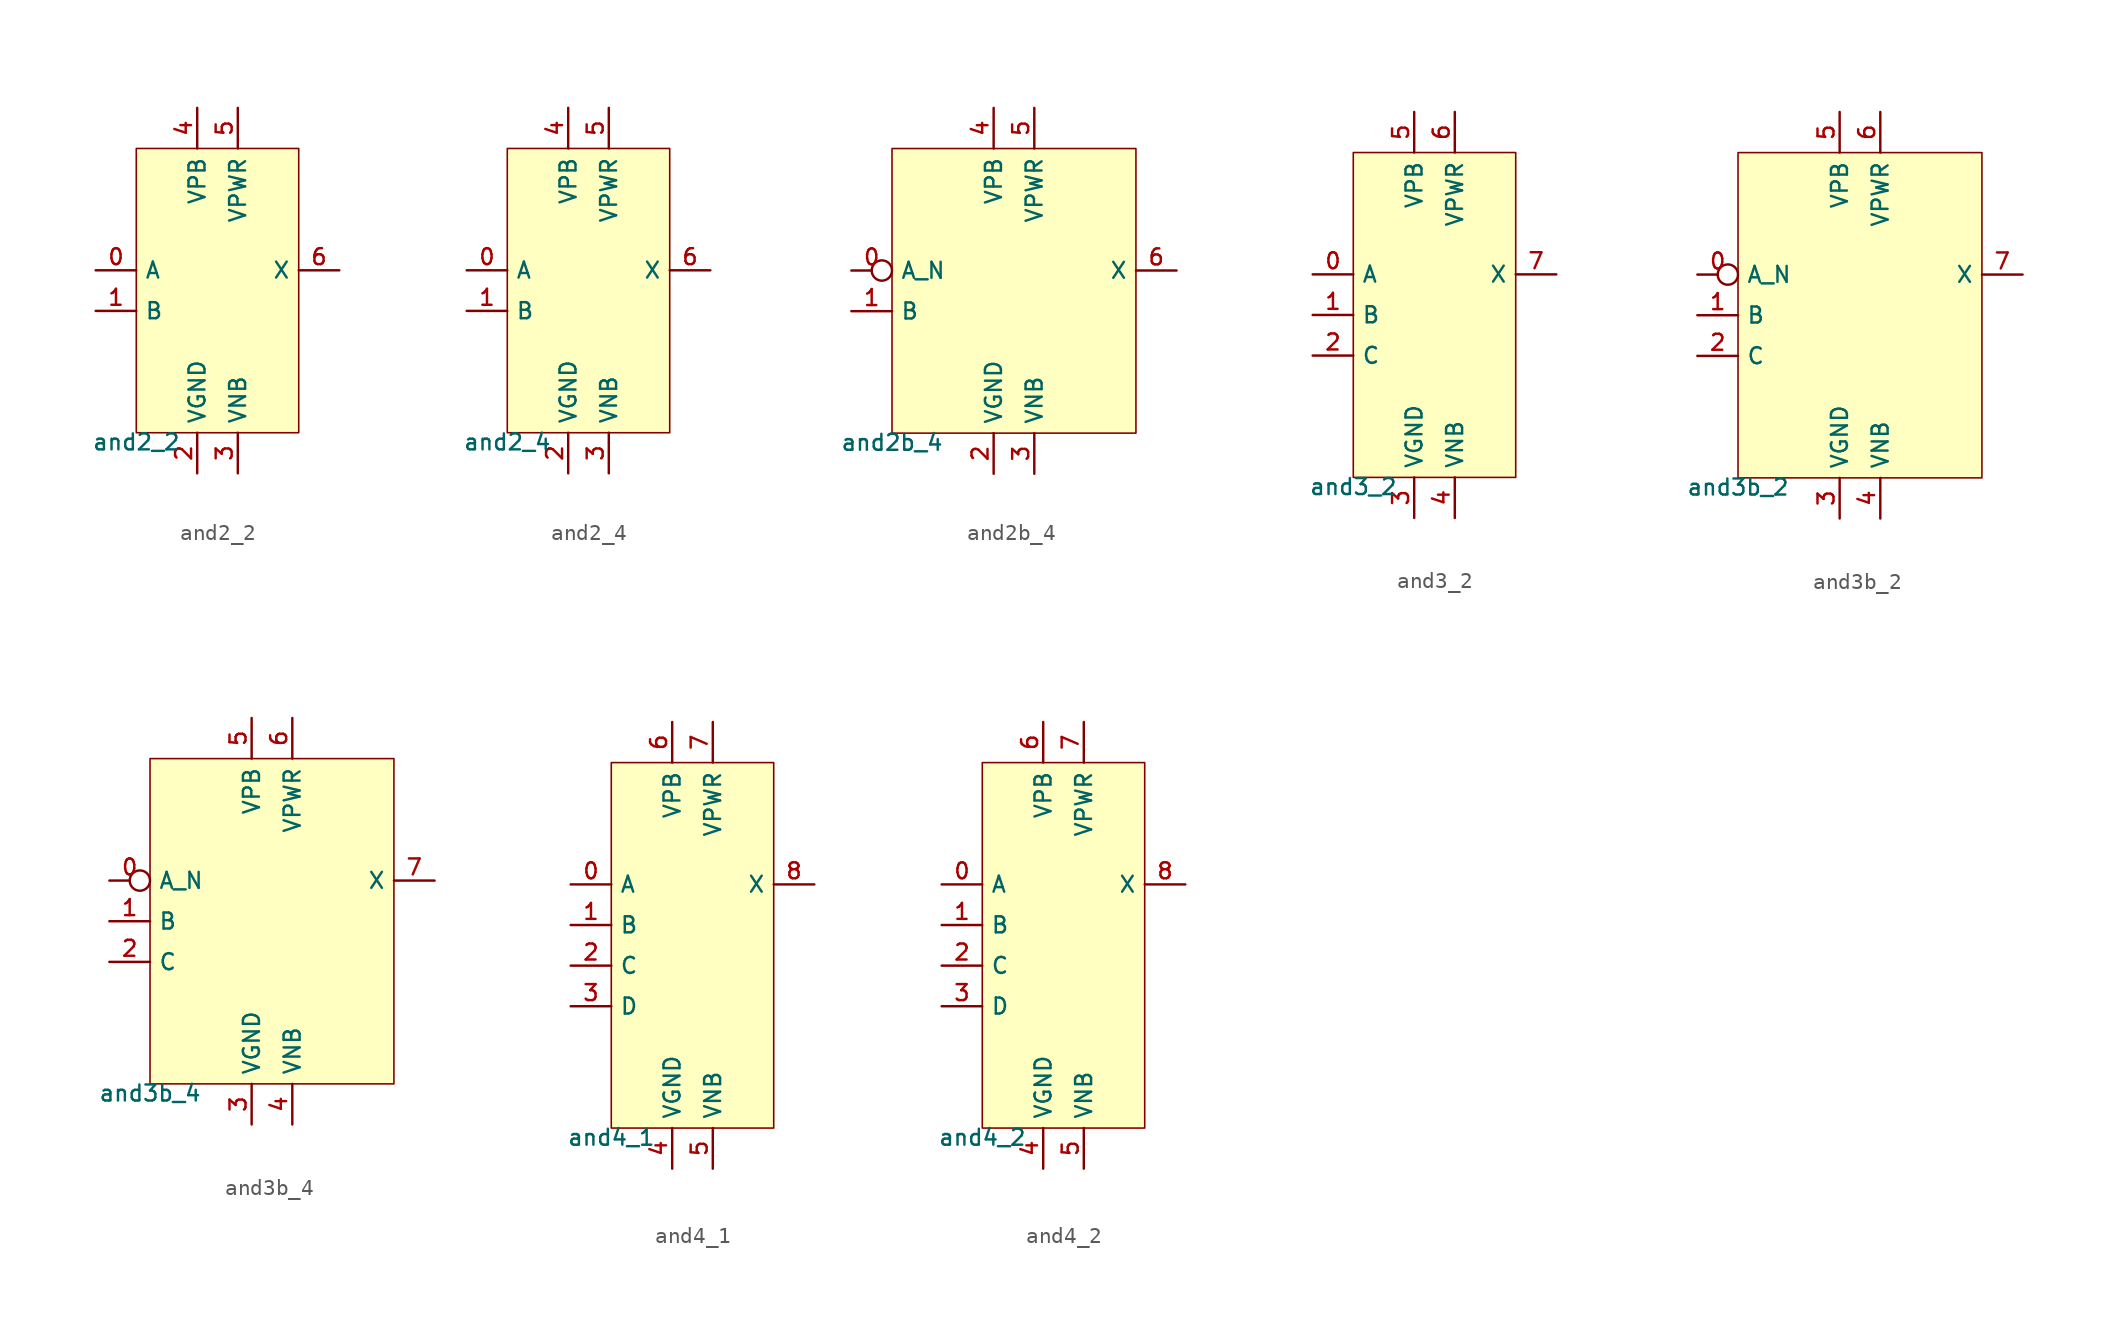
<source format=kicad_sym>
(kicad_symbol_lib
  (version 20211014)
  (generator pdk2kicad)
  (symbol "and2_2"
    (property "Reference" "X"
      (at 0 0 0)
      (effects (font (size 1 1)) hide))
    (property "Value" "and2_2"
      (at -5.08 -8.89 0)
      (effects (font (size 1 1)) (justify top)))
    (rectangle
      (start -5.08 -8.89)
      (end 5.08 8.89)
      (stroke (width 0.1) (type solid) (color 0 0 0 0))
      (fill (type background)))
    (pin input line
      (at -7.62 1.27 0)
      (length 2.54)
      (name "A" (effects (font (size 1 1)) hide))
      (number "0" (effects (font (size 1 1)) hide)))
    (pin input line
      (at -7.62 -1.27 0)
      (length 2.54)
      (name "B" (effects (font (size 1 1)) hide))
      (number "1" (effects (font (size 1 1)) hide)))
    (pin power_in line
      (at -1.27 -11.43 90)
      (length 2.54)
      (name "VGND" (effects (font (size 1 1)) hide))
      (number "2" (effects (font (size 1 1)) hide)))
    (pin power_in line
      (at 1.27 -11.43 90)
      (length 2.54)
      (name "VNB" (effects (font (size 1 1)) hide))
      (number "3" (effects (font (size 1 1)) hide)))
    (pin power_in line
      (at -1.27 11.43 270)
      (length 2.54)
      (name "VPB" (effects (font (size 1 1)) hide))
      (number "4" (effects (font (size 1 1)) hide)))
    (pin power_in line
      (at 1.27 11.43 270)
      (length 2.54)
      (name "VPWR" (effects (font (size 1 1)) hide))
      (number "5" (effects (font (size 1 1)) hide)))
    (pin output line
      (at 7.62 1.27 180)
      (length 2.54)
      (name "X" (effects (font (size 1 1)) hide))
      (number "6" (effects (font (size 1 1)) hide))))
  (symbol "and2_4"
    (property "Reference" "X"
      (at 0 0 0)
      (effects (font (size 1 1)) hide))
    (property "Value" "and2_4"
      (at -5.08 -8.89 0)
      (effects (font (size 1 1)) (justify top)))
    (rectangle
      (start -5.08 -8.89)
      (end 5.08 8.89)
      (stroke (width 0.1) (type solid) (color 0 0 0 0))
      (fill (type background)))
    (pin input line
      (at -7.62 1.27 0)
      (length 2.54)
      (name "A" (effects (font (size 1 1)) hide))
      (number "0" (effects (font (size 1 1)) hide)))
    (pin input line
      (at -7.62 -1.27 0)
      (length 2.54)
      (name "B" (effects (font (size 1 1)) hide))
      (number "1" (effects (font (size 1 1)) hide)))
    (pin power_in line
      (at -1.27 -11.43 90)
      (length 2.54)
      (name "VGND" (effects (font (size 1 1)) hide))
      (number "2" (effects (font (size 1 1)) hide)))
    (pin power_in line
      (at 1.27 -11.43 90)
      (length 2.54)
      (name "VNB" (effects (font (size 1 1)) hide))
      (number "3" (effects (font (size 1 1)) hide)))
    (pin power_in line
      (at -1.27 11.43 270)
      (length 2.54)
      (name "VPB" (effects (font (size 1 1)) hide))
      (number "4" (effects (font (size 1 1)) hide)))
    (pin power_in line
      (at 1.27 11.43 270)
      (length 2.54)
      (name "VPWR" (effects (font (size 1 1)) hide))
      (number "5" (effects (font (size 1 1)) hide)))
    (pin output line
      (at 7.62 1.27 180)
      (length 2.54)
      (name "X" (effects (font (size 1 1)) hide))
      (number "6" (effects (font (size 1 1)) hide))))
  (symbol "and2b_4"
    (property "Reference" "X"
      (at 0 0 0)
      (effects (font (size 1 1)) hide))
    (property "Value" "and2b_4"
      (at -7.62 -8.89 0)
      (effects (font (size 1 1)) (justify top)))
    (rectangle
      (start -7.62 -8.89)
      (end 7.62 8.89)
      (stroke (width 0.1) (type solid) (color 0 0 0 0))
      (fill (type background)))
    (pin input inverted
      (at -10.16 1.27 0)
      (length 2.54)
      (name "A_N" (effects (font (size 1 1)) hide))
      (number "0" (effects (font (size 1 1)) hide)))
    (pin input line
      (at -10.16 -1.27 0)
      (length 2.54)
      (name "B" (effects (font (size 1 1)) hide))
      (number "1" (effects (font (size 1 1)) hide)))
    (pin power_in line
      (at -1.27 -11.43 90)
      (length 2.54)
      (name "VGND" (effects (font (size 1 1)) hide))
      (number "2" (effects (font (size 1 1)) hide)))
    (pin power_in line
      (at 1.27 -11.43 90)
      (length 2.54)
      (name "VNB" (effects (font (size 1 1)) hide))
      (number "3" (effects (font (size 1 1)) hide)))
    (pin power_in line
      (at -1.27 11.43 270)
      (length 2.54)
      (name "VPB" (effects (font (size 1 1)) hide))
      (number "4" (effects (font (size 1 1)) hide)))
    (pin power_in line
      (at 1.27 11.43 270)
      (length 2.54)
      (name "VPWR" (effects (font (size 1 1)) hide))
      (number "5" (effects (font (size 1 1)) hide)))
    (pin output line
      (at 10.16 1.27 180)
      (length 2.54)
      (name "X" (effects (font (size 1 1)) hide))
      (number "6" (effects (font (size 1 1)) hide))))
  (symbol "and3_2"
    (property "Reference" "X"
      (at 0 0 0)
      (effects (font (size 1 1)) hide))
    (property "Value" "and3_2"
      (at -5.08 -10.16 0)
      (effects (font (size 1 1)) (justify top)))
    (rectangle
      (start -5.08 -10.16)
      (end 5.08 10.16)
      (stroke (width 0.1) (type solid) (color 0 0 0 0))
      (fill (type background)))
    (pin input line
      (at -7.62 2.54 0)
      (length 2.54)
      (name "A" (effects (font (size 1 1)) hide))
      (number "0" (effects (font (size 1 1)) hide)))
    (pin input line
      (at -7.62 0.0 0)
      (length 2.54)
      (name "B" (effects (font (size 1 1)) hide))
      (number "1" (effects (font (size 1 1)) hide)))
    (pin input line
      (at -7.62 -2.54 0)
      (length 2.54)
      (name "C" (effects (font (size 1 1)) hide))
      (number "2" (effects (font (size 1 1)) hide)))
    (pin power_in line
      (at -1.27 -12.7 90)
      (length 2.54)
      (name "VGND" (effects (font (size 1 1)) hide))
      (number "3" (effects (font (size 1 1)) hide)))
    (pin power_in line
      (at 1.27 -12.7 90)
      (length 2.54)
      (name "VNB" (effects (font (size 1 1)) hide))
      (number "4" (effects (font (size 1 1)) hide)))
    (pin power_in line
      (at -1.27 12.7 270)
      (length 2.54)
      (name "VPB" (effects (font (size 1 1)) hide))
      (number "5" (effects (font (size 1 1)) hide)))
    (pin power_in line
      (at 1.27 12.7 270)
      (length 2.54)
      (name "VPWR" (effects (font (size 1 1)) hide))
      (number "6" (effects (font (size 1 1)) hide)))
    (pin output line
      (at 7.62 2.54 180)
      (length 2.54)
      (name "X" (effects (font (size 1 1)) hide))
      (number "7" (effects (font (size 1 1)) hide))))
  (symbol "and3b_2"
    (property "Reference" "X"
      (at 0 0 0)
      (effects (font (size 1 1)) hide))
    (property "Value" "and3b_2"
      (at -7.62 -10.16 0)
      (effects (font (size 1 1)) (justify top)))
    (rectangle
      (start -7.62 -10.16)
      (end 7.62 10.16)
      (stroke (width 0.1) (type solid) (color 0 0 0 0))
      (fill (type background)))
    (pin input inverted
      (at -10.16 2.54 0)
      (length 2.54)
      (name "A_N" (effects (font (size 1 1)) hide))
      (number "0" (effects (font (size 1 1)) hide)))
    (pin input line
      (at -10.16 0.0 0)
      (length 2.54)
      (name "B" (effects (font (size 1 1)) hide))
      (number "1" (effects (font (size 1 1)) hide)))
    (pin input line
      (at -10.16 -2.54 0)
      (length 2.54)
      (name "C" (effects (font (size 1 1)) hide))
      (number "2" (effects (font (size 1 1)) hide)))
    (pin power_in line
      (at -1.27 -12.7 90)
      (length 2.54)
      (name "VGND" (effects (font (size 1 1)) hide))
      (number "3" (effects (font (size 1 1)) hide)))
    (pin power_in line
      (at 1.27 -12.7 90)
      (length 2.54)
      (name "VNB" (effects (font (size 1 1)) hide))
      (number "4" (effects (font (size 1 1)) hide)))
    (pin power_in line
      (at -1.27 12.7 270)
      (length 2.54)
      (name "VPB" (effects (font (size 1 1)) hide))
      (number "5" (effects (font (size 1 1)) hide)))
    (pin power_in line
      (at 1.27 12.7 270)
      (length 2.54)
      (name "VPWR" (effects (font (size 1 1)) hide))
      (number "6" (effects (font (size 1 1)) hide)))
    (pin output line
      (at 10.16 2.54 180)
      (length 2.54)
      (name "X" (effects (font (size 1 1)) hide))
      (number "7" (effects (font (size 1 1)) hide))))
  (symbol "and3b_4"
    (property "Reference" "X"
      (at 0 0 0)
      (effects (font (size 1 1)) hide))
    (property "Value" "and3b_4"
      (at -7.62 -10.16 0)
      (effects (font (size 1 1)) (justify top)))
    (rectangle
      (start -7.62 -10.16)
      (end 7.62 10.16)
      (stroke (width 0.1) (type solid) (color 0 0 0 0))
      (fill (type background)))
    (pin input inverted
      (at -10.16 2.54 0)
      (length 2.54)
      (name "A_N" (effects (font (size 1 1)) hide))
      (number "0" (effects (font (size 1 1)) hide)))
    (pin input line
      (at -10.16 0.0 0)
      (length 2.54)
      (name "B" (effects (font (size 1 1)) hide))
      (number "1" (effects (font (size 1 1)) hide)))
    (pin input line
      (at -10.16 -2.54 0)
      (length 2.54)
      (name "C" (effects (font (size 1 1)) hide))
      (number "2" (effects (font (size 1 1)) hide)))
    (pin power_in line
      (at -1.27 -12.7 90)
      (length 2.54)
      (name "VGND" (effects (font (size 1 1)) hide))
      (number "3" (effects (font (size 1 1)) hide)))
    (pin power_in line
      (at 1.27 -12.7 90)
      (length 2.54)
      (name "VNB" (effects (font (size 1 1)) hide))
      (number "4" (effects (font (size 1 1)) hide)))
    (pin power_in line
      (at -1.27 12.7 270)
      (length 2.54)
      (name "VPB" (effects (font (size 1 1)) hide))
      (number "5" (effects (font (size 1 1)) hide)))
    (pin power_in line
      (at 1.27 12.7 270)
      (length 2.54)
      (name "VPWR" (effects (font (size 1 1)) hide))
      (number "6" (effects (font (size 1 1)) hide)))
    (pin output line
      (at 10.16 2.54 180)
      (length 2.54)
      (name "X" (effects (font (size 1 1)) hide))
      (number "7" (effects (font (size 1 1)) hide))))
  (symbol "and4_1"
    (property "Reference" "X"
      (at 0 0 0)
      (effects (font (size 1 1)) hide))
    (property "Value" "and4_1"
      (at -5.08 -11.43 0)
      (effects (font (size 1 1)) (justify top)))
    (rectangle
      (start -5.08 -11.43)
      (end 5.08 11.43)
      (stroke (width 0.1) (type solid) (color 0 0 0 0))
      (fill (type background)))
    (pin input line
      (at -7.62 3.81 0)
      (length 2.54)
      (name "A" (effects (font (size 1 1)) hide))
      (number "0" (effects (font (size 1 1)) hide)))
    (pin input line
      (at -7.62 1.27 0)
      (length 2.54)
      (name "B" (effects (font (size 1 1)) hide))
      (number "1" (effects (font (size 1 1)) hide)))
    (pin input line
      (at -7.62 -1.27 0)
      (length 2.54)
      (name "C" (effects (font (size 1 1)) hide))
      (number "2" (effects (font (size 1 1)) hide)))
    (pin input line
      (at -7.62 -3.81 0)
      (length 2.54)
      (name "D" (effects (font (size 1 1)) hide))
      (number "3" (effects (font (size 1 1)) hide)))
    (pin power_in line
      (at -1.27 -13.97 90)
      (length 2.54)
      (name "VGND" (effects (font (size 1 1)) hide))
      (number "4" (effects (font (size 1 1)) hide)))
    (pin power_in line
      (at 1.27 -13.97 90)
      (length 2.54)
      (name "VNB" (effects (font (size 1 1)) hide))
      (number "5" (effects (font (size 1 1)) hide)))
    (pin power_in line
      (at -1.27 13.97 270)
      (length 2.54)
      (name "VPB" (effects (font (size 1 1)) hide))
      (number "6" (effects (font (size 1 1)) hide)))
    (pin power_in line
      (at 1.27 13.97 270)
      (length 2.54)
      (name "VPWR" (effects (font (size 1 1)) hide))
      (number "7" (effects (font (size 1 1)) hide)))
    (pin output line
      (at 7.62 3.81 180)
      (length 2.54)
      (name "X" (effects (font (size 1 1)) hide))
      (number "8" (effects (font (size 1 1)) hide))))
  (symbol "and4_2"
    (property "Reference" "X"
      (at 0 0 0)
      (effects (font (size 1 1)) hide))
    (property "Value" "and4_2"
      (at -5.08 -11.43 0)
      (effects (font (size 1 1)) (justify top)))
    (rectangle
      (start -5.08 -11.43)
      (end 5.08 11.43)
      (stroke (width 0.1) (type solid) (color 0 0 0 0))
      (fill (type background)))
    (pin input line
      (at -7.62 3.81 0)
      (length 2.54)
      (name "A" (effects (font (size 1 1)) hide))
      (number "0" (effects (font (size 1 1)) hide)))
    (pin input line
      (at -7.62 1.27 0)
      (length 2.54)
      (name "B" (effects (font (size 1 1)) hide))
      (number "1" (effects (font (size 1 1)) hide)))
    (pin input line
      (at -7.62 -1.27 0)
      (length 2.54)
      (name "C" (effects (font (size 1 1)) hide))
      (number "2" (effects (font (size 1 1)) hide)))
    (pin input line
      (at -7.62 -3.81 0)
      (length 2.54)
      (name "D" (effects (font (size 1 1)) hide))
      (number "3" (effects (font (size 1 1)) hide)))
    (pin power_in line
      (at -1.27 -13.97 90)
      (length 2.54)
      (name "VGND" (effects (font (size 1 1)) hide))
      (number "4" (effects (font (size 1 1)) hide)))
    (pin power_in line
      (at 1.27 -13.97 90)
      (length 2.54)
      (name "VNB" (effects (font (size 1 1)) hide))
      (number "5" (effects (font (size 1 1)) hide)))
    (pin power_in line
      (at -1.27 13.97 270)
      (length 2.54)
      (name "VPB" (effects (font (size 1 1)) hide))
      (number "6" (effects (font (size 1 1)) hide)))
    (pin power_in line
      (at 1.27 13.97 270)
      (length 2.54)
      (name "VPWR" (effects (font (size 1 1)) hide))
      (number "7" (effects (font (size 1 1)) hide)))
    (pin output line
      (at 7.62 3.81 180)
      (length 2.54)
      (name "X" (effects (font (size 1 1)) hide))
      (number "8" (effects (font (size 1 1)) hide)))))
</source>
